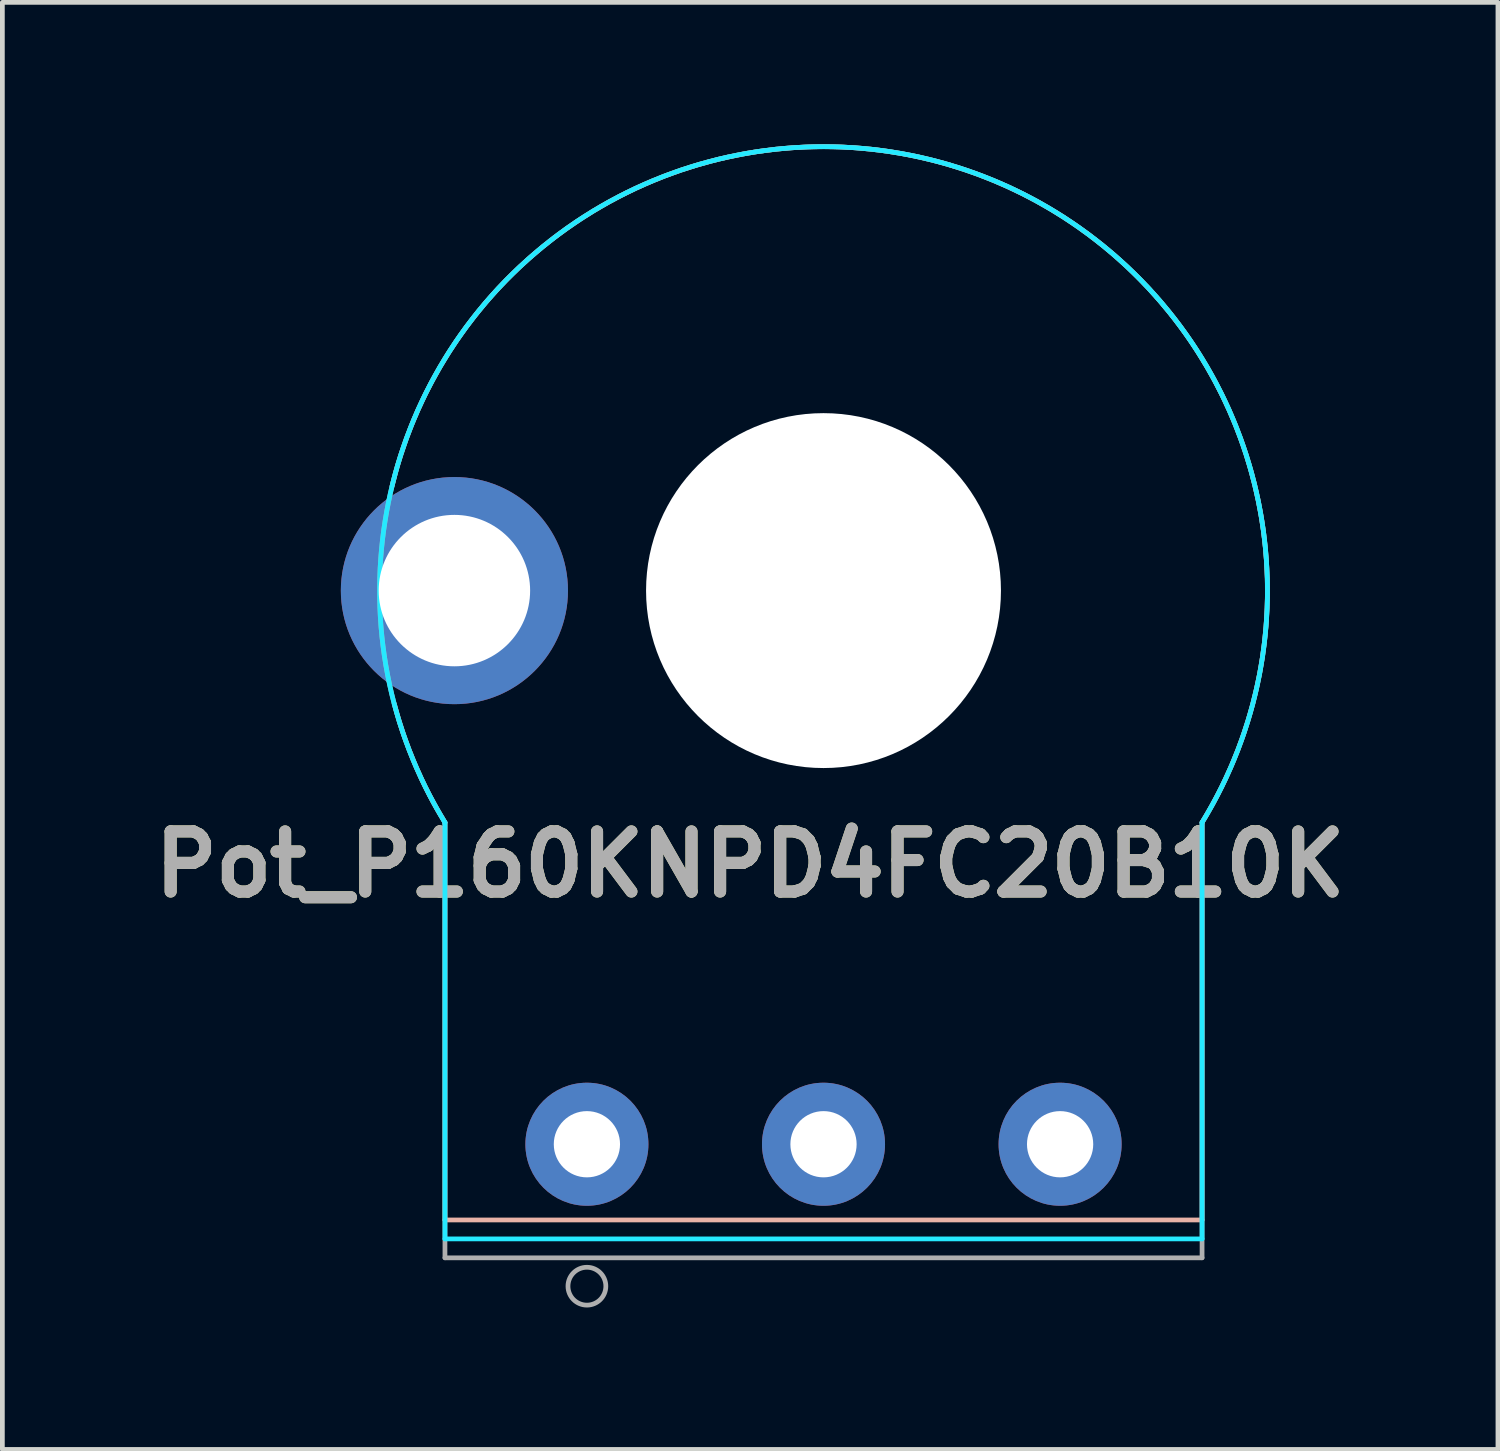
<source format=kicad_pcb>
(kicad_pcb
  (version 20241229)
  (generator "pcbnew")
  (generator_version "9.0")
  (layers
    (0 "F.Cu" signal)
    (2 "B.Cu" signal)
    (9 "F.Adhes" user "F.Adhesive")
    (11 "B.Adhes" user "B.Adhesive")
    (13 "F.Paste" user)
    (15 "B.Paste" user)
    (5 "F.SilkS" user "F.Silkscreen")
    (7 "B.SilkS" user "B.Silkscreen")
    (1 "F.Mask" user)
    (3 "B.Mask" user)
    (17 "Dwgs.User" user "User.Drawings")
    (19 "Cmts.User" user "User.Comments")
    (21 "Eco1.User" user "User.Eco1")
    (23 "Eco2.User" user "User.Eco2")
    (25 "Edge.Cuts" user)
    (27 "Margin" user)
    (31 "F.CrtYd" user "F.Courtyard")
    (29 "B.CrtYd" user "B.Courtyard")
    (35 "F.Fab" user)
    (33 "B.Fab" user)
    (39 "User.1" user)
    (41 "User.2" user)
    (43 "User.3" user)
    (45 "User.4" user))
  (footprint "Pot_P160KNPD4FC20B10K"
    (layer "F.Cu")
    (at 14.353 21.131)
    (property "Reference" "Pot_P160KNPD4FC20B10K" (at -1.55 -5.915 0) (layer "F.SilkS") (effects (font (size 1.27 1.27) (thickness 0.254))))
    (attr through_hole)
    (fp_line (start -8 1.6) (end -8 -6.8) (stroke (width 0.1) (type default)) (layer "B.SilkS"))
    (fp_line (start 8 -6.8) (end 8 1.6) (stroke (width 0.1) (type default)) (layer "B.SilkS"))
    (fp_line (start 8 1.6) (end -8 1.6) (stroke (width 0.1) (type default)) (layer "B.SilkS"))
    (fp_arc (start -9.118667 -13.904513) (mid 3.596022 -20.364789) (end 7.999999 -6.800001) (stroke (width 0.1) (type default)) (layer "B.SilkS"))
    (fp_arc (start -7.999999 -6.800001) (mid -8.627186 -8.014674) (end -9.071185 -9.3076) (stroke (width 0.1) (type default)) (layer "B.SilkS"))
    (fp_line (start -8 2) (end -8 -6.8) (stroke (width 0.1) (type solid)) (layer "B.CrtYd"))
    (fp_line (start 8 -6.8) (end 8 2) (stroke (width 0.1) (type solid)) (layer "B.CrtYd"))
    (fp_line (start 8 2) (end -8 2) (stroke (width 0.1) (type default)) (layer "B.CrtYd"))
    (fp_arc (start -8 -6.8) (mid 0 -21.081361) (end 8 -6.8) (stroke (width 0.1) (type default)) (layer "B.CrtYd"))
    (fp_line (start -8 2.4) (end -8 -6.8) (stroke (width 0.1) (type default)) (layer "F.Fab"))
    (fp_line (start 8 -6.8) (end 8 2.4) (stroke (width 0.1) (type default)) (layer "F.Fab"))
    (fp_line (start 8 2.4) (end -8 2.4) (stroke (width 0.1) (type default)) (layer "F.Fab"))
    (fp_arc (start -7.999999 -6.800001) (mid 0 -21.081363) (end 7.999999 -6.800002) (stroke (width 0.1) (type default)) (layer "F.Fab"))
    (fp_circle (center -5 3) (end -4.6 3) (stroke (width 0.1) (type solid)) (fill no) (layer "F.Fab"))
    (fp_text user "${REFERENCE}" (at -1.55 -5.915 0) (layer "F.Fab") (effects (font (size 1.27 1.27) (thickness 0.254))))
    (pad "" np_thru_hole circle (at 0 -11.7) (size 7.5 7.5) (drill 7.5) (layers "*.Cu" "*.Mask"))
    (pad "1" thru_hole circle (at -5 0) (size 2.6 2.6) (drill 1.4) (layers "*.Cu" "*.Mask"))
    (pad "2" thru_hole circle (at 0 0) (size 2.6 2.6) (drill 1.4) (layers "*.Cu" "*.Mask"))
    (pad "3" thru_hole circle (at 5 0) (size 2.6 2.6) (drill 1.4) (layers "*.Cu" "*.Mask"))
    (pad "MH1" thru_hole circle (at -7.8 -11.7) (size 4.8 4.8) (drill 3.2) (layers "*.Cu" "*.Mask")))
  (gr_rect
    (start -3 -3)
    (end 28.606 27.581)
    (stroke (width 0.1) (type default))
    (fill no)
    (layer "Edge.Cuts")))
</source>
